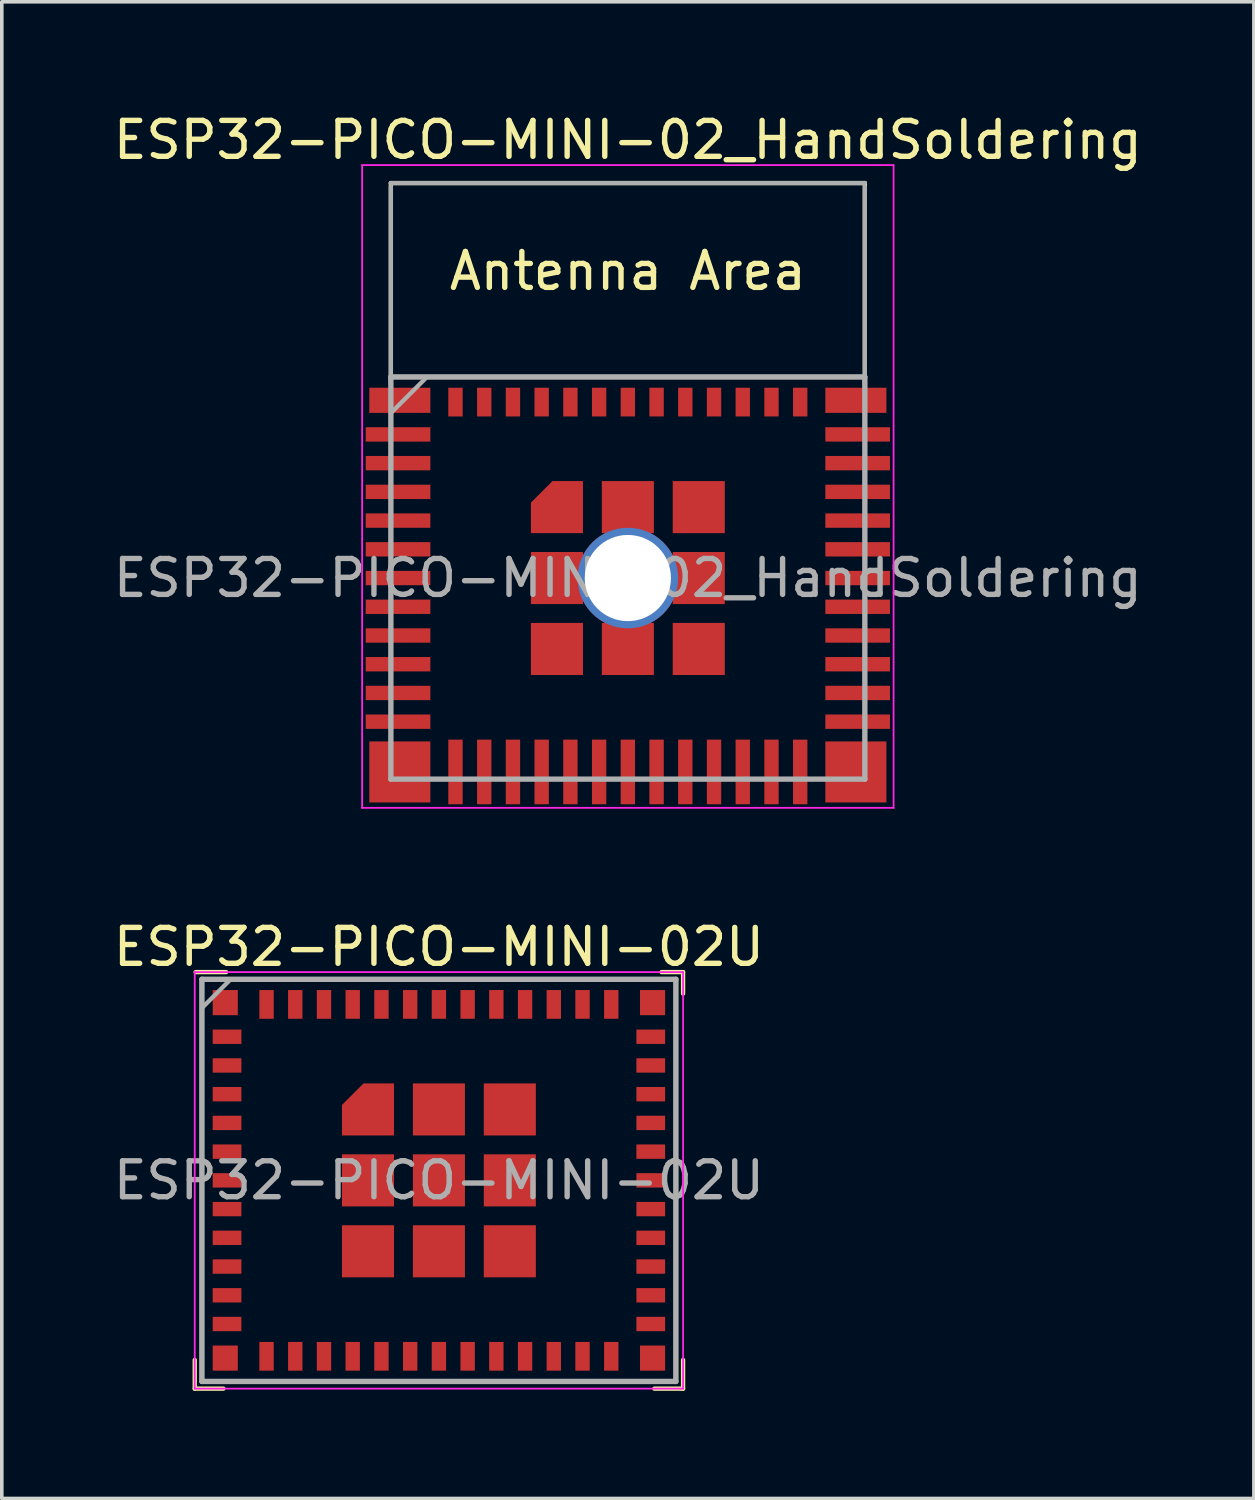
<source format=kicad_pcb>
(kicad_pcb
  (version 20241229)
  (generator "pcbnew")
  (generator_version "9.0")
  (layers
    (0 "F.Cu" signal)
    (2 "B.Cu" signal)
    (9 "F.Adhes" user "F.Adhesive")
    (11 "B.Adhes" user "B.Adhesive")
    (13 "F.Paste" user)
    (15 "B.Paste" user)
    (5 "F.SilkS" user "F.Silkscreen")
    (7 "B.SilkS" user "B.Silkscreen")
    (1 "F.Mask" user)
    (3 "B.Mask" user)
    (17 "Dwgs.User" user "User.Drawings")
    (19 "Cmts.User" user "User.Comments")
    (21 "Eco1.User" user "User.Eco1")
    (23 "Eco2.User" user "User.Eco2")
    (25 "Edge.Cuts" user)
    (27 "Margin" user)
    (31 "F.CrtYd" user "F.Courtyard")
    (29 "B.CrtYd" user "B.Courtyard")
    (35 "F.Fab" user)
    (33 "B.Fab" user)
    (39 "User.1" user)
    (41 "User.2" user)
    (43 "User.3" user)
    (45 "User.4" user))
  (footprint "ESP32-PICO-MINI-02_HandSoldering"
    (layer "F.Cu")
    (at 14.435 13.048)
    (property "Reference" "ESP32-PICO-MINI-02_HandSoldering" (at 0 -12.2 0) (layer "F.SilkS") (effects (font (size 1 1) (thickness 0.15))))
    (attr smd)
    (fp_line (start -6.6 -11) (end -6.6 -5.4) (stroke (width 0.12) (type solid)) (layer "F.SilkS"))
    (fp_line (start -6.6 -11) (end 6.6 -11) (stroke (width 0.12) (type solid)) (layer "F.SilkS"))
    (fp_line (start -6.6 -5.6) (end 6.6 -5.6) (stroke (width 0.12) (type solid)) (layer "F.SilkS"))
    (fp_line (start 6.6 -11) (end 6.6 -5.4) (stroke (width 0.12) (type solid)) (layer "F.SilkS"))
    (fp_line (start -7.4 -11.5) (end 7.4 -11.5) (stroke (width 0.05) (type solid)) (layer "F.CrtYd"))
    (fp_line (start -7.4 6.4) (end -7.4 -11.5) (stroke (width 0.05) (type solid)) (layer "F.CrtYd"))
    (fp_line (start 7.4 -11.5) (end 7.4 6.4) (stroke (width 0.05) (type solid)) (layer "F.CrtYd"))
    (fp_line (start 7.4 6.4) (end -7.4 6.4) (stroke (width 0.05) (type solid)) (layer "F.CrtYd"))
    (fp_line (start -6.6 -5.595) (end -6.6 5.6) (stroke (width 0.15) (type solid)) (layer "F.Fab"))
    (fp_line (start -6.6 -5.5) (end -6.6 -10.9) (stroke (width 0.12) (type solid)) (layer "F.Fab"))
    (fp_line (start -6.6 5.6) (end 6.6 5.6) (stroke (width 0.15) (type solid)) (layer "F.Fab"))
    (fp_line (start -5.6 -5.595) (end -6.6 -4.595) (stroke (width 0.12) (type solid)) (layer "F.Fab"))
    (fp_line (start 6.6 -11) (end -6.6 -11) (stroke (width 0.12) (type solid)) (layer "F.Fab"))
    (fp_line (start 6.6 -5.6) (end -6.6 -5.6) (stroke (width 0.15) (type solid)) (layer "F.Fab"))
    (fp_line (start 6.6 -5.5) (end 6.6 -10.9) (stroke (width 0.12) (type solid)) (layer "F.Fab"))
    (fp_line (start 6.6 5.6) (end 6.6 -5.595) (stroke (width 0.15) (type solid)) (layer "F.Fab"))
    (fp_text user "Antenna Area" (at 0 -8.55 0) (layer "F.SilkS") (effects (font (size 1 1) (thickness 0.15))))
    (fp_text user "${REFERENCE}" (at 0 0 0) (layer "F.Fab") (effects (font (size 1 1) (thickness 0.15))))
    (pad "1" smd rect (at -6.4 -4 90) (size 0.4 1.8) (layers "F.Cu" "F.Mask" "F.Paste"))
    (pad "2" smd rect (at -6.4 -3.2 90) (size 0.4 1.8) (layers "F.Cu" "F.Mask" "F.Paste"))
    (pad "3" smd rect (at -6.4 -2.4 90) (size 0.4 1.8) (layers "F.Cu" "F.Mask" "F.Paste"))
    (pad "4" smd rect (at -6.4 -1.6 90) (size 0.4 1.8) (layers "F.Cu" "F.Mask" "F.Paste"))
    (pad "5" smd rect (at -6.4 -0.8 90) (size 0.4 1.8) (layers "F.Cu" "F.Mask" "F.Paste"))
    (pad "6" smd rect (at -6.4 0 90) (size 0.4 1.8) (layers "F.Cu" "F.Mask" "F.Paste"))
    (pad "7" smd rect (at -6.4 0.8 90) (size 0.4 1.8) (layers "F.Cu" "F.Mask" "F.Paste"))
    (pad "8" smd rect (at -6.4 1.6 90) (size 0.4 1.8) (layers "F.Cu" "F.Mask" "F.Paste"))
    (pad "9" smd rect (at -6.4 2.4 90) (size 0.4 1.8) (layers "F.Cu" "F.Mask" "F.Paste"))
    (pad "10" smd rect (at -6.4 3.2 90) (size 0.4 1.8) (layers "F.Cu" "F.Mask" "F.Paste"))
    (pad "11" smd rect (at -6.4 4 90) (size 0.4 1.8) (layers "F.Cu" "F.Mask" "F.Paste"))
    (pad "12" smd rect (at -4.8 5.4) (size 0.4 1.8) (layers "F.Cu" "F.Mask" "F.Paste"))
    (pad "13" smd rect (at -4 5.4) (size 0.4 1.8) (layers "F.Cu" "F.Mask" "F.Paste"))
    (pad "14" smd rect (at -3.2 5.4) (size 0.4 1.8) (layers "F.Cu" "F.Mask" "F.Paste"))
    (pad "15" smd rect (at -2.4 5.4) (size 0.4 1.8) (layers "F.Cu" "F.Mask" "F.Paste"))
    (pad "16" smd rect (at -1.6 5.4) (size 0.4 1.8) (layers "F.Cu" "F.Mask" "F.Paste"))
    (pad "17" smd rect (at -0.8 5.4) (size 0.4 1.8) (layers "F.Cu" "F.Mask" "F.Paste"))
    (pad "18" smd rect (at 0 5.4) (size 0.4 1.8) (layers "F.Cu" "F.Mask" "F.Paste"))
    (pad "19" smd rect (at 0.8 5.4) (size 0.4 1.8) (layers "F.Cu" "F.Mask" "F.Paste"))
    (pad "20" smd rect (at 1.6 5.4) (size 0.4 1.8) (layers "F.Cu" "F.Mask" "F.Paste"))
    (pad "21" smd rect (at 2.4 5.4) (size 0.4 1.8) (layers "F.Cu" "F.Mask" "F.Paste"))
    (pad "22" smd rect (at 3.2 5.4) (size 0.4 1.8) (layers "F.Cu" "F.Mask" "F.Paste"))
    (pad "23" smd rect (at 4 5.4) (size 0.4 1.8) (layers "F.Cu" "F.Mask" "F.Paste"))
    (pad "24" smd rect (at 4.8 5.4) (size 0.4 1.8) (layers "F.Cu" "F.Mask" "F.Paste"))
    (pad "25" smd rect (at 6.4 4 90) (size 0.4 1.8) (layers "F.Cu" "F.Mask" "F.Paste"))
    (pad "26" smd rect (at 6.4 3.2 90) (size 0.4 1.8) (layers "F.Cu" "F.Mask" "F.Paste"))
    (pad "27" smd rect (at 6.4 2.4 90) (size 0.4 1.8) (layers "F.Cu" "F.Mask" "F.Paste"))
    (pad "28" smd rect (at 6.4 1.6 90) (size 0.4 1.8) (layers "F.Cu" "F.Mask" "F.Paste"))
    (pad "29" smd rect (at 6.4 0.8 90) (size 0.4 1.8) (layers "F.Cu" "F.Mask" "F.Paste"))
    (pad "30" smd rect (at 6.4 0 90) (size 0.4 1.8) (layers "F.Cu" "F.Mask" "F.Paste"))
    (pad "31" smd rect (at 6.4 -0.8 90) (size 0.4 1.8) (layers "F.Cu" "F.Mask" "F.Paste"))
    (pad "32" smd rect (at 6.4 -1.6 90) (size 0.4 1.8) (layers "F.Cu" "F.Mask" "F.Paste"))
    (pad "33" smd rect (at 6.4 -2.4 90) (size 0.4 1.8) (layers "F.Cu" "F.Mask" "F.Paste"))
    (pad "34" smd rect (at 6.4 -3.2 90) (size 0.4 1.8) (layers "F.Cu" "F.Mask" "F.Paste"))
    (pad "35" smd rect (at 6.4 -4 90) (size 0.4 1.8) (layers "F.Cu" "F.Mask" "F.Paste"))
    (pad "36" smd rect (at 4.8 -4.9) (size 0.4 0.8) (layers "F.Cu" "F.Mask" "F.Paste"))
    (pad "37" smd rect (at 4 -4.9) (size 0.4 0.8) (layers "F.Cu" "F.Mask" "F.Paste"))
    (pad "38" smd rect (at 3.2 -4.9) (size 0.4 0.8) (layers "F.Cu" "F.Mask" "F.Paste"))
    (pad "39" smd rect (at 2.4 -4.9) (size 0.4 0.8) (layers "F.Cu" "F.Mask" "F.Paste"))
    (pad "40" smd rect (at 1.6 -4.9) (size 0.4 0.8) (layers "F.Cu" "F.Mask" "F.Paste"))
    (pad "41" smd rect (at 0.8 -4.9) (size 0.4 0.8) (layers "F.Cu" "F.Mask" "F.Paste"))
    (pad "42" smd rect (at 0 -4.9) (size 0.4 0.8) (layers "F.Cu" "F.Mask" "F.Paste"))
    (pad "43" smd rect (at -0.8 -4.9) (size 0.4 0.8) (layers "F.Cu" "F.Mask" "F.Paste"))
    (pad "44" smd rect (at -1.6 -4.9) (size 0.4 0.8) (layers "F.Cu" "F.Mask" "F.Paste"))
    (pad "45" smd rect (at -2.4 -4.9) (size 0.4 0.8) (layers "F.Cu" "F.Mask" "F.Paste"))
    (pad "46" smd rect (at -3.2 -4.9) (size 0.4 0.8) (layers "F.Cu" "F.Mask" "F.Paste"))
    (pad "47" smd rect (at -4 -4.9) (size 0.4 0.8) (layers "F.Cu" "F.Mask" "F.Paste"))
    (pad "48" smd rect (at -4.8 -4.9) (size 0.4 0.8) (layers "F.Cu" "F.Mask" "F.Paste"))
    (pad "49" smd custom (at -1.975 -1.975) (size 0.8 0.8) (layers "F.Cu" "F.Mask" "F.Paste") (options (anchor rect)) (primitives (gr_poly (pts (xy 0.725 0.725) (xy -0.725 0.725) (xy -0.725 -0.125) (xy -0.125 -0.725) (xy 0.725 -0.725)) (width 0) (fill yes))))
    (pad "49" smd rect (at -1.975 0 90) (size 1.45 1.45) (layers "F.Cu" "F.Mask" "F.Paste"))
    (pad "49" smd rect (at -1.975 1.975 90) (size 1.45 1.45) (layers "F.Cu" "F.Mask" "F.Paste"))
    (pad "49" smd rect (at 0 -1.975 90) (size 1.45 1.45) (layers "F.Cu" "F.Mask" "F.Paste"))
    (pad "49" thru_hole circle (at 0 0 90) (size 2.8 2.8) (drill 2.4) (layers "*.Cu" "*.Mask"))
    (pad "49" smd rect (at 0 1.975 90) (size 1.45 1.45) (layers "F.Cu" "F.Mask" "F.Paste"))
    (pad "49" smd rect (at 1.975 -1.975 90) (size 1.45 1.45) (layers "F.Cu" "F.Mask" "F.Paste"))
    (pad "49" smd rect (at 1.975 0 90) (size 1.45 1.45) (layers "F.Cu" "F.Mask" "F.Paste"))
    (pad "49" smd rect (at 1.975 1.975 90) (size 1.45 1.45) (layers "F.Cu" "F.Mask" "F.Paste"))
    (pad "50" smd rect (at 6.35 -4.95 90) (size 0.7 1.7) (layers "F.Cu" "F.Mask" "F.Paste"))
    (pad "51" smd rect (at 6.35 5.4 90) (size 1.7 1.7) (layers "F.Cu" "F.Mask" "F.Paste"))
    (pad "52" smd rect (at -6.35 5.4 90) (size 1.7 1.7) (layers "F.Cu" "F.Mask" "F.Paste"))
    (pad "53" smd rect (at -6.35 -4.95 90) (size 0.7 1.7) (layers "F.Cu" "F.Mask" "F.Paste"))
    (zone (net_name "") (layers "F.Cu" "B.Cu") (name "antenna keepout") (hatch edge 0.508) (connect_pads) (min_thickness 0.254) (filled_areas_thickness no) (keepout (tracks not_allowed) (vias not_allowed) (pads not_allowed) (copperpour not_allowed) (footprints not_allowed)) (placement (enabled no)) (fill) (polygon (pts (xy 21.035 7.448) (xy 7.835 7.448) (xy 7.835 2.048) (xy 21.035 2.048)))))
  (footprint "ESP32-PICO-MINI-02U"
    (layer "F.Cu")
    (at 9.173 29.822)
    (property "Reference" "ESP32-PICO-MINI-02U" (at 0 -6.5 0) (layer "F.SilkS") (effects (font (size 1 1) (thickness 0.15))))
    (attr smd)
    (fp_line (start -6.8 5) (end -6.8 5.8) (stroke (width 0.12) (type solid)) (layer "F.SilkS"))
    (fp_line (start -6.8 5.8) (end -6 5.8) (stroke (width 0.12) (type solid)) (layer "F.SilkS"))
    (fp_line (start -6.6 -5.6) (end 6.6 -5.6) (stroke (width 0.12) (type solid)) (layer "F.SilkS"))
    (fp_line (start -6.6 5.6) (end -6.6 -5.6) (stroke (width 0.12) (type solid)) (layer "F.SilkS"))
    (fp_line (start -5.925 -5.8) (end -6.775 -5.8) (stroke (width 0.12) (type solid)) (layer "F.SilkS"))
    (fp_line (start 6.2 -5.8) (end 6.8 -5.8) (stroke (width 0.12) (type solid)) (layer "F.SilkS"))
    (fp_line (start 6.6 -5.6) (end 6.6 5.6) (stroke (width 0.12) (type solid)) (layer "F.SilkS"))
    (fp_line (start 6.6 5.6) (end -6.6 5.6) (stroke (width 0.12) (type solid)) (layer "F.SilkS"))
    (fp_line (start 6.8 -5.8) (end 6.8 -5.2) (stroke (width 0.12) (type solid)) (layer "F.SilkS"))
    (fp_line (start 6.8 5) (end 6.8 5.8) (stroke (width 0.12) (type solid)) (layer "F.SilkS"))
    (fp_line (start 6.8 5.8) (end 6 5.8) (stroke (width 0.12) (type solid)) (layer "F.SilkS"))
    (fp_line (start -6.8 -5.8) (end 6.8 -5.8) (stroke (width 0.05) (type solid)) (layer "F.CrtYd"))
    (fp_line (start -6.8 5.8) (end -6.8 -5.8) (stroke (width 0.05) (type solid)) (layer "F.CrtYd"))
    (fp_line (start 6.8 -5.8) (end 6.8 5.8) (stroke (width 0.05) (type solid)) (layer "F.CrtYd"))
    (fp_line (start 6.8 5.8) (end -6.8 5.8) (stroke (width 0.05) (type solid)) (layer "F.CrtYd"))
    (fp_line (start -6.6 -5.6) (end -6.6 5.6) (stroke (width 0.15) (type solid)) (layer "F.Fab"))
    (fp_line (start -6.6 5.6) (end 6.6 5.6) (stroke (width 0.15) (type solid)) (layer "F.Fab"))
    (fp_line (start -5.8 -5.6) (end -6.6 -4.8) (stroke (width 0.12) (type solid)) (layer "F.Fab"))
    (fp_line (start 6.6 -5.6) (end -6.6 -5.6) (stroke (width 0.12) (type solid)) (layer "F.Fab"))
    (fp_line (start 6.6 -5.6) (end -6.6 -5.6) (stroke (width 0.15) (type solid)) (layer "F.Fab"))
    (fp_line (start 6.6 5.6) (end 6.6 -5.6) (stroke (width 0.15) (type solid)) (layer "F.Fab"))
    (fp_text user "${REFERENCE}" (at 0 0 0) (layer "F.Fab") (effects (font (size 1 1) (thickness 0.15))))
    (pad "1" smd rect (at -5.9 -4 90) (size 0.4 0.8) (layers "F.Cu" "F.Mask" "F.Paste"))
    (pad "2" smd rect (at -5.9 -3.2 90) (size 0.4 0.8) (layers "F.Cu" "F.Mask" "F.Paste"))
    (pad "3" smd rect (at -5.9 -2.4 90) (size 0.4 0.8) (layers "F.Cu" "F.Mask" "F.Paste"))
    (pad "4" smd rect (at -5.9 -1.6 90) (size 0.4 0.8) (layers "F.Cu" "F.Mask" "F.Paste"))
    (pad "5" smd rect (at -5.9 -0.8 90) (size 0.4 0.8) (layers "F.Cu" "F.Mask" "F.Paste"))
    (pad "6" smd rect (at -5.9 0 90) (size 0.4 0.8) (layers "F.Cu" "F.Mask" "F.Paste"))
    (pad "7" smd rect (at -5.9 0.8 90) (size 0.4 0.8) (layers "F.Cu" "F.Mask" "F.Paste"))
    (pad "8" smd rect (at -5.9 1.6 90) (size 0.4 0.8) (layers "F.Cu" "F.Mask" "F.Paste"))
    (pad "9" smd rect (at -5.9 2.4 90) (size 0.4 0.8) (layers "F.Cu" "F.Mask" "F.Paste"))
    (pad "10" smd rect (at -5.9 3.2 90) (size 0.4 0.8) (layers "F.Cu" "F.Mask" "F.Paste"))
    (pad "11" smd rect (at -5.9 4 90) (size 0.4 0.8) (layers "F.Cu" "F.Mask" "F.Paste"))
    (pad "12" smd rect (at -4.8 4.9) (size 0.4 0.8) (layers "F.Cu" "F.Mask" "F.Paste"))
    (pad "13" smd rect (at -4 4.9) (size 0.4 0.8) (layers "F.Cu" "F.Mask" "F.Paste"))
    (pad "14" smd rect (at -3.2 4.9) (size 0.4 0.8) (layers "F.Cu" "F.Mask" "F.Paste"))
    (pad "15" smd rect (at -2.4 4.9) (size 0.4 0.8) (layers "F.Cu" "F.Mask" "F.Paste"))
    (pad "16" smd rect (at -1.6 4.9) (size 0.4 0.8) (layers "F.Cu" "F.Mask" "F.Paste"))
    (pad "17" smd rect (at -0.8 4.9) (size 0.4 0.8) (layers "F.Cu" "F.Mask" "F.Paste"))
    (pad "18" smd rect (at 0 4.9) (size 0.4 0.8) (layers "F.Cu" "F.Mask" "F.Paste"))
    (pad "19" smd rect (at 0.8 4.9) (size 0.4 0.8) (layers "F.Cu" "F.Mask" "F.Paste"))
    (pad "20" smd rect (at 1.6 4.9) (size 0.4 0.8) (layers "F.Cu" "F.Mask" "F.Paste"))
    (pad "21" smd rect (at 2.4 4.9) (size 0.4 0.8) (layers "F.Cu" "F.Mask" "F.Paste"))
    (pad "22" smd rect (at 3.2 4.9) (size 0.4 0.8) (layers "F.Cu" "F.Mask" "F.Paste"))
    (pad "23" smd rect (at 4 4.9) (size 0.4 0.8) (layers "F.Cu" "F.Mask" "F.Paste"))
    (pad "24" smd rect (at 4.8 4.9) (size 0.4 0.8) (layers "F.Cu" "F.Mask" "F.Paste"))
    (pad "25" smd rect (at 5.9 4 90) (size 0.4 0.8) (layers "F.Cu" "F.Mask" "F.Paste"))
    (pad "26" smd rect (at 5.9 3.2 90) (size 0.4 0.8) (layers "F.Cu" "F.Mask" "F.Paste"))
    (pad "27" smd rect (at 5.9 2.4 90) (size 0.4 0.8) (layers "F.Cu" "F.Mask" "F.Paste"))
    (pad "28" smd rect (at 5.9 1.6 90) (size 0.4 0.8) (layers "F.Cu" "F.Mask" "F.Paste"))
    (pad "29" smd rect (at 5.9 0.8 90) (size 0.4 0.8) (layers "F.Cu" "F.Mask" "F.Paste"))
    (pad "30" smd rect (at 5.9 0 90) (size 0.4 0.8) (layers "F.Cu" "F.Mask" "F.Paste"))
    (pad "31" smd rect (at 5.9 -0.8 90) (size 0.4 0.8) (layers "F.Cu" "F.Mask" "F.Paste"))
    (pad "32" smd rect (at 5.9 -1.6 90) (size 0.4 0.8) (layers "F.Cu" "F.Mask" "F.Paste"))
    (pad "33" smd rect (at 5.9 -2.4 90) (size 0.4 0.8) (layers "F.Cu" "F.Mask" "F.Paste"))
    (pad "34" smd rect (at 5.9 -3.2 90) (size 0.4 0.8) (layers "F.Cu" "F.Mask" "F.Paste"))
    (pad "35" smd rect (at 5.9 -4 90) (size 0.4 0.8) (layers "F.Cu" "F.Mask" "F.Paste"))
    (pad "36" smd rect (at 4.8 -4.9) (size 0.4 0.8) (layers "F.Cu" "F.Mask" "F.Paste"))
    (pad "37" smd rect (at 4 -4.9) (size 0.4 0.8) (layers "F.Cu" "F.Mask" "F.Paste"))
    (pad "38" smd rect (at 3.2 -4.9) (size 0.4 0.8) (layers "F.Cu" "F.Mask" "F.Paste"))
    (pad "39" smd rect (at 2.4 -4.9) (size 0.4 0.8) (layers "F.Cu" "F.Mask" "F.Paste"))
    (pad "40" smd rect (at 1.6 -4.9) (size 0.4 0.8) (layers "F.Cu" "F.Mask" "F.Paste"))
    (pad "41" smd rect (at 0.8 -4.9) (size 0.4 0.8) (layers "F.Cu" "F.Mask" "F.Paste"))
    (pad "42" smd rect (at 0 -4.9) (size 0.4 0.8) (layers "F.Cu" "F.Mask" "F.Paste"))
    (pad "43" smd rect (at -0.8 -4.9) (size 0.4 0.8) (layers "F.Cu" "F.Mask" "F.Paste"))
    (pad "44" smd rect (at -1.6 -4.9) (size 0.4 0.8) (layers "F.Cu" "F.Mask" "F.Paste"))
    (pad "45" smd rect (at -2.4 -4.9) (size 0.4 0.8) (layers "F.Cu" "F.Mask" "F.Paste"))
    (pad "46" smd rect (at -3.2 -4.9) (size 0.4 0.8) (layers "F.Cu" "F.Mask" "F.Paste"))
    (pad "47" smd rect (at -4 -4.9) (size 0.4 0.8) (layers "F.Cu" "F.Mask" "F.Paste"))
    (pad "48" smd rect (at -4.8 -4.9) (size 0.4 0.8) (layers "F.Cu" "F.Mask" "F.Paste"))
    (pad "49" smd custom (at -1.975 -1.975) (size 0.8 0.8) (layers "F.Cu" "F.Mask" "F.Paste") (options (anchor rect)) (primitives (gr_poly (pts (xy 0.725 0.725) (xy -0.725 0.725) (xy -0.725 -0.125) (xy -0.125 -0.725) (xy 0.725 -0.725)) (width 0) (fill yes))))
    (pad "49" smd rect (at -1.975 0 90) (size 1.45 1.45) (layers "F.Cu" "F.Mask" "F.Paste"))
    (pad "49" smd rect (at -1.975 1.975 90) (size 1.45 1.45) (layers "F.Cu" "F.Mask" "F.Paste"))
    (pad "49" smd rect (at 0 -1.975 90) (size 1.45 1.45) (layers "F.Cu" "F.Mask" "F.Paste"))
    (pad "49" smd rect (at 0 0 90) (size 1.45 1.45) (layers "F.Cu" "F.Mask" "F.Paste"))
    (pad "49" smd rect (at 0 1.975 90) (size 1.45 1.45) (layers "F.Cu" "F.Mask" "F.Paste"))
    (pad "49" smd rect (at 1.975 -1.975 90) (size 1.45 1.45) (layers "F.Cu" "F.Mask" "F.Paste"))
    (pad "49" smd rect (at 1.975 0 90) (size 1.45 1.45) (layers "F.Cu" "F.Mask" "F.Paste"))
    (pad "49" smd rect (at 1.975 1.975 90) (size 1.45 1.45) (layers "F.Cu" "F.Mask" "F.Paste"))
    (pad "50" smd rect (at 5.95 -4.95 90) (size 0.7 0.7) (layers "F.Cu" "F.Mask" "F.Paste"))
    (pad "51" smd rect (at 5.95 4.95 90) (size 0.7 0.7) (layers "F.Cu" "F.Mask" "F.Paste"))
    (pad "52" smd rect (at -5.95 4.95 90) (size 0.7 0.7) (layers "F.Cu" "F.Mask" "F.Paste"))
    (pad "53" smd rect (at -5.95 -4.95 90) (size 0.7 0.7) (layers "F.Cu" "F.Mask" "F.Paste")))
  (gr_rect
    (start -3 -3)
    (end 31.869 38.681)
    (stroke (width 0.1) (type default))
    (fill no)
    (layer "Edge.Cuts")))
</source>
